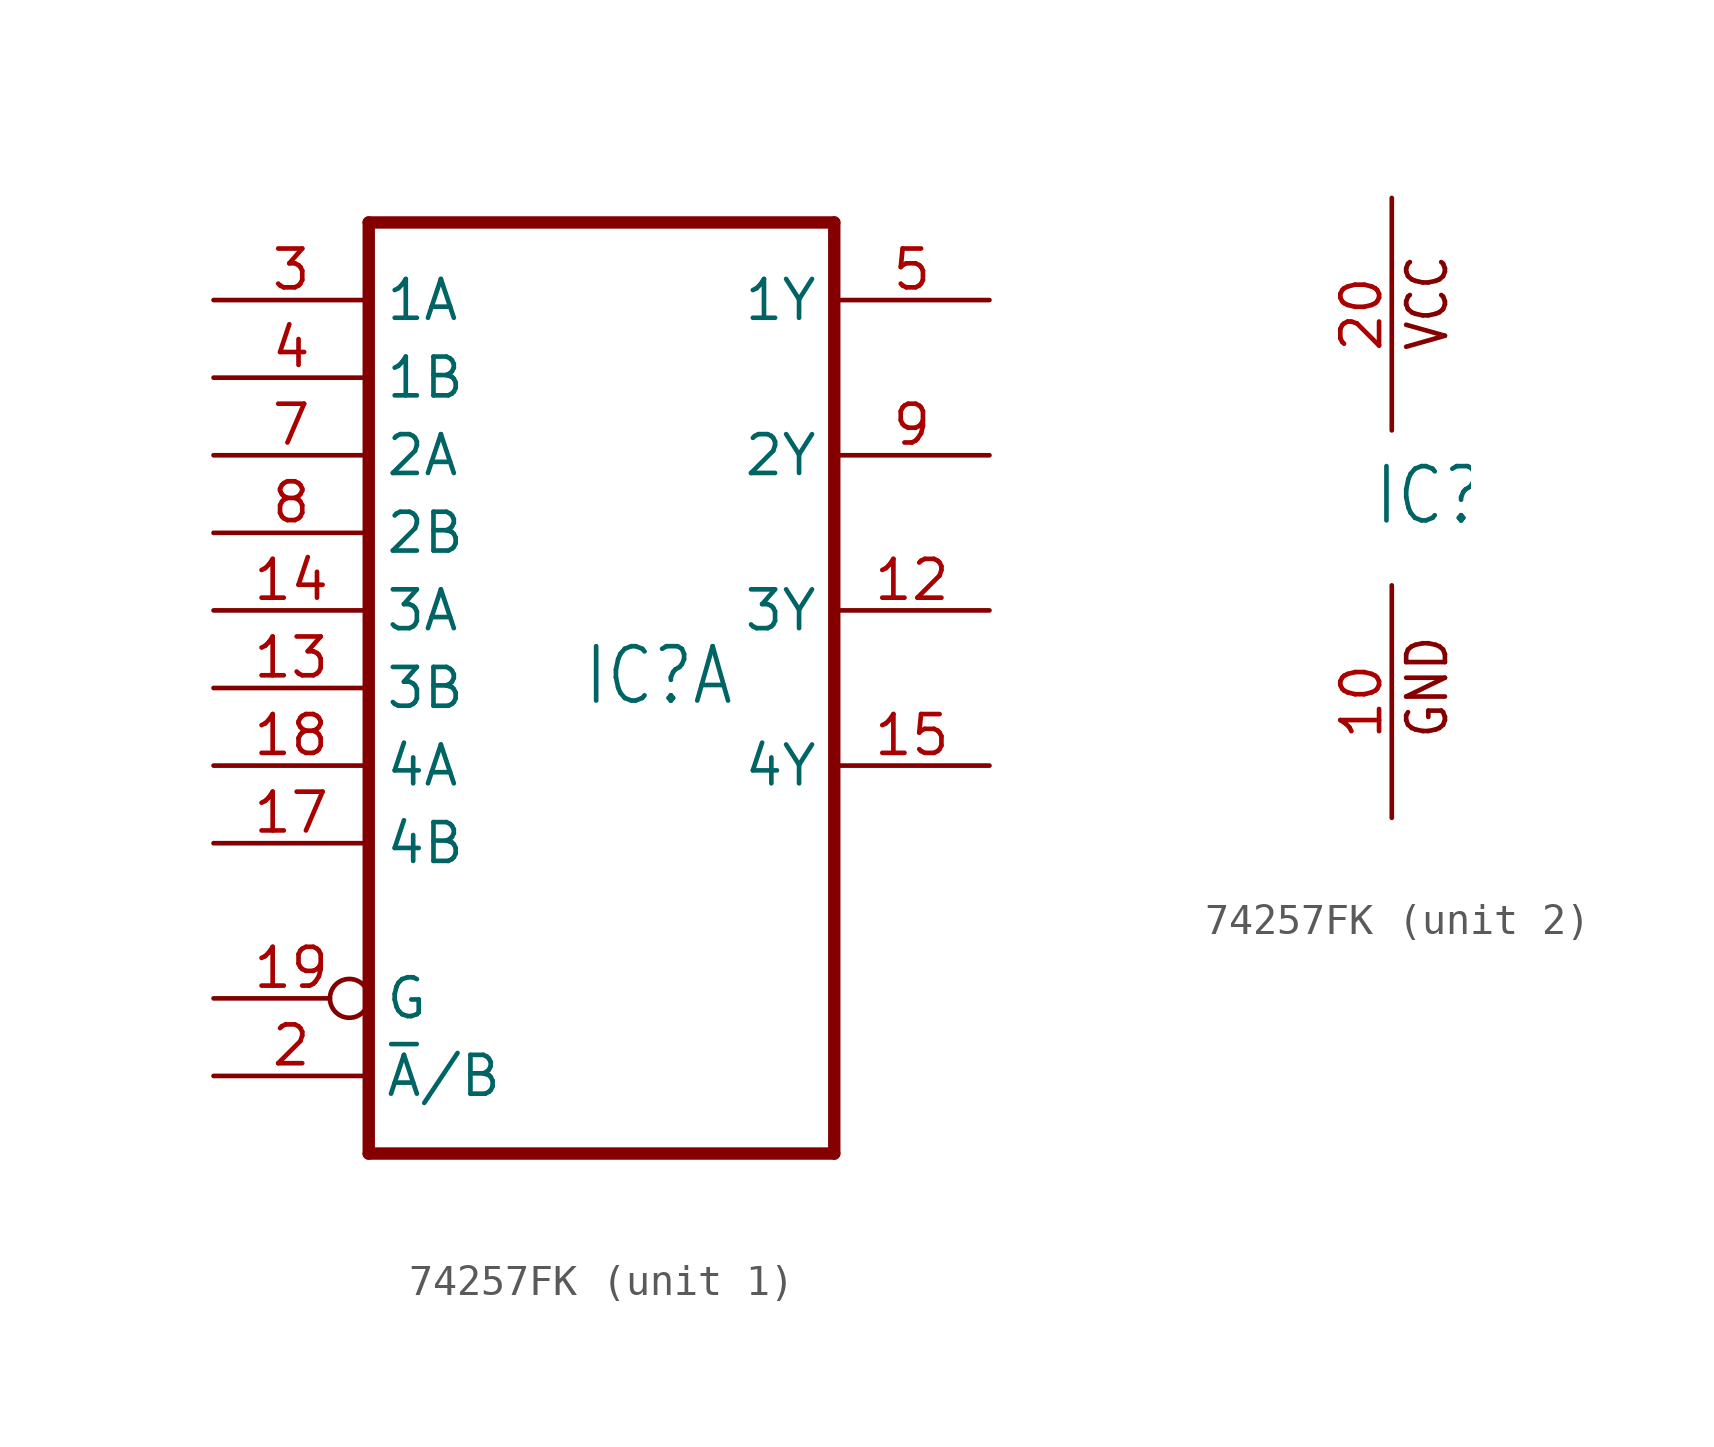
<source format=kicad_sym>
(kicad_symbol_lib
  (version 20220914)
  (generator kicad_symbol_editor)
  (symbol "74257FK"
    (property "Reference" "IC"
      (at -0.635 -0.635 0)
      (effects (font (size 1.778 1.511)) (justify left bottom)))
    (property "ki_locked" ""
      (at 0 0 0)
      (effects (font (size 1.27 1.27))))
    (symbol "74257FK_1_0"
      (polyline (pts (xy -7.62 -15.24) (xy 7.62 -15.24)) (stroke (width 0.406) (type default)) (fill (type none)))
      (polyline (pts (xy -7.62 15.24) (xy -7.62 -15.24)) (stroke (width 0.406) (type default)) (fill (type none)))
      (polyline (pts (xy 7.62 -15.24) (xy 7.62 15.24)) (stroke (width 0.406) (type default)) (fill (type none)))
      (polyline (pts (xy 7.62 15.24) (xy -7.62 15.24)) (stroke (width 0.406) (type default)) (fill (type none)))
      (pin tri_state line (at 12.7 2.54 180) (length 5.08) (name "3Y" (effects (font (size 1.27 1.27)))) (number "12" (effects (font (size 1.27 1.27)))))
      (pin input line (at -12.7 0 0) (length 5.08) (name "3B" (effects (font (size 1.27 1.27)))) (number "13" (effects (font (size 1.27 1.27)))))
      (pin input line (at -12.7 2.54 0) (length 5.08) (name "3A" (effects (font (size 1.27 1.27)))) (number "14" (effects (font (size 1.27 1.27)))))
      (pin tri_state line (at 12.7 -2.54 180) (length 5.08) (name "4Y" (effects (font (size 1.27 1.27)))) (number "15" (effects (font (size 1.27 1.27)))))
      (pin input line (at -12.7 -5.08 0) (length 5.08) (name "4B" (effects (font (size 1.27 1.27)))) (number "17" (effects (font (size 1.27 1.27)))))
      (pin input line (at -12.7 -2.54 0) (length 5.08) (name "4A" (effects (font (size 1.27 1.27)))) (number "18" (effects (font (size 1.27 1.27)))))
      (pin input inverted (at -12.7 -10.16 0) (length 5.08) (name "G" (effects (font (size 1.27 1.27)))) (number "19" (effects (font (size 1.27 1.27)))))
      (pin input line (at -12.7 -12.7 0) (length 5.08) (name "~{A}/B" (effects (font (size 1.27 1.27)))) (number "2" (effects (font (size 1.27 1.27)))))
      (pin input line (at -12.7 12.7 0) (length 5.08) (name "1A" (effects (font (size 1.27 1.27)))) (number "3" (effects (font (size 1.27 1.27)))))
      (pin input line (at -12.7 10.16 0) (length 5.08) (name "1B" (effects (font (size 1.27 1.27)))) (number "4" (effects (font (size 1.27 1.27)))))
      (pin tri_state line (at 12.7 12.7 180) (length 5.08) (name "1Y" (effects (font (size 1.27 1.27)))) (number "5" (effects (font (size 1.27 1.27)))))
      (pin input line (at -12.7 7.62 0) (length 5.08) (name "2A" (effects (font (size 1.27 1.27)))) (number "7" (effects (font (size 1.27 1.27)))))
      (pin input line (at -12.7 5.08 0) (length 5.08) (name "2B" (effects (font (size 1.27 1.27)))) (number "8" (effects (font (size 1.27 1.27)))))
      (pin tri_state line (at 12.7 7.62 180) (length 5.08) (name "2Y" (effects (font (size 1.27 1.27)))) (number "9" (effects (font (size 1.27 1.27))))))
    (symbol "74257FK_2_0"
      (text "GND" (at 1.905 -7.62 900) (effects (font (size 1.27 1.079)) (justify left bottom)))
      (text "VCC" (at 1.905 5.08 900) (effects (font (size 1.27 1.079)) (justify left bottom)))
      (pin power_in line (at 0 -10.16 90) (length 7.62) (name "GND" (effects (font (size 0 0)))) (number "10" (effects (font (size 1.27 1.27)))))
      (pin power_in line (at 0 10.16 270) (length 7.62) (name "VCC" (effects (font (size 0 0)))) (number "20" (effects (font (size 1.27 1.27))))))))
</source>
